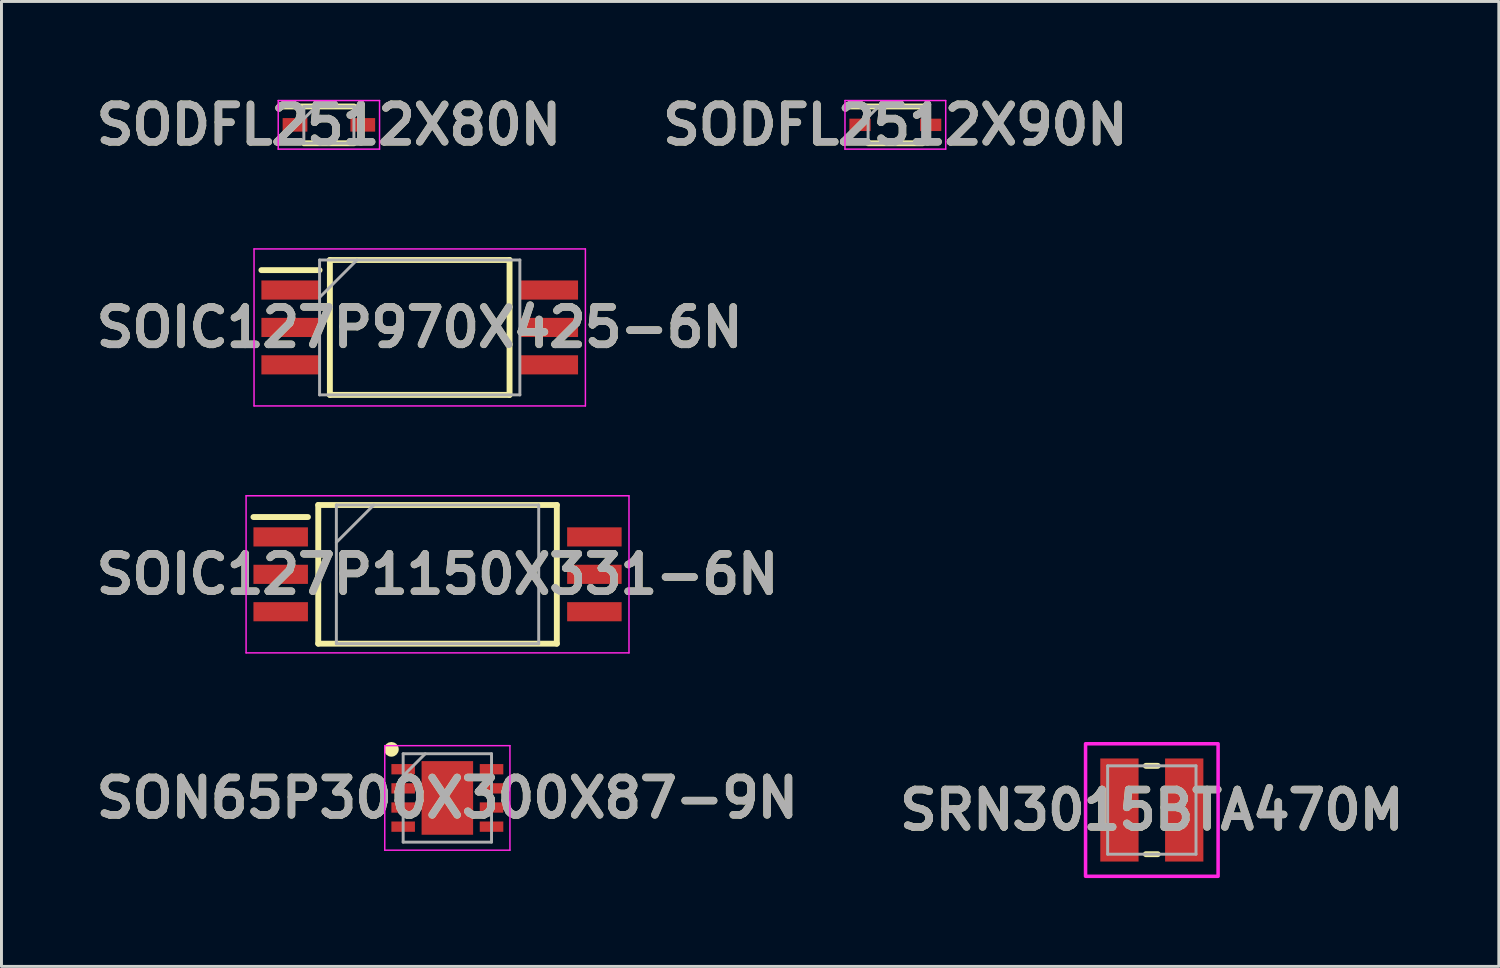
<source format=kicad_pcb>
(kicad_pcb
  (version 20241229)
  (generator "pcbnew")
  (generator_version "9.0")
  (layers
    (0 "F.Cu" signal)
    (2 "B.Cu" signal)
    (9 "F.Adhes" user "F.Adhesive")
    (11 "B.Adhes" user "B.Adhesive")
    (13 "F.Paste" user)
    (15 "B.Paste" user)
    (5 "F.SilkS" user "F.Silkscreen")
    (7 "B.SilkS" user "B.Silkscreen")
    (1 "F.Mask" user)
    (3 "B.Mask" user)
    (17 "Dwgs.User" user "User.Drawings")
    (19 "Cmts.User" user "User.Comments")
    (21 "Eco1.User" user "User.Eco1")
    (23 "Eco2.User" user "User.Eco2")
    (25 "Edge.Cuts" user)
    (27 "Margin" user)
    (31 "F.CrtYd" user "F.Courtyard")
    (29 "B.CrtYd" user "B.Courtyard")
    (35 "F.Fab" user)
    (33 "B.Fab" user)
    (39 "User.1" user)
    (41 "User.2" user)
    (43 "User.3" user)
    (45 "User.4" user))
  (footprint "SODFL2512X80N"
    (layer "F.Cu")
    (at 8.116 1.189)
    (property "Reference" "SODFL2512X80N" (at 0 0 0) (layer "F.SilkS") (effects (font (size 1.27 1.27) (thickness 0.254))))
    (attr smd)
    (fp_line (start -1.57 -0.625) (end 0.85 -0.625) (stroke (width 0.2) (type solid)) (layer "F.SilkS"))
    (fp_line (start -0.85 0.625) (end 0.85 0.625) (stroke (width 0.2) (type solid)) (layer "F.SilkS"))
    (fp_line (start -1.72 -0.825) (end 1.72 -0.825) (stroke (width 0.05) (type solid)) (layer "F.CrtYd"))
    (fp_line (start -1.72 0.825) (end -1.72 -0.825) (stroke (width 0.05) (type solid)) (layer "F.CrtYd"))
    (fp_line (start 1.72 -0.825) (end 1.72 0.825) (stroke (width 0.05) (type solid)) (layer "F.CrtYd"))
    (fp_line (start 1.72 0.825) (end -1.72 0.825) (stroke (width 0.05) (type solid)) (layer "F.CrtYd"))
    (fp_line (start -0.85 -0.625) (end 0.85 -0.625) (stroke (width 0.1) (type solid)) (layer "F.Fab"))
    (fp_line (start -0.85 -0.205) (end -0.43 -0.625) (stroke (width 0.1) (type solid)) (layer "F.Fab"))
    (fp_line (start -0.85 0.625) (end -0.85 -0.625) (stroke (width 0.1) (type solid)) (layer "F.Fab"))
    (fp_line (start 0.85 -0.625) (end 0.85 0.625) (stroke (width 0.1) (type solid)) (layer "F.Fab"))
    (fp_line (start 0.85 0.625) (end -0.85 0.625) (stroke (width 0.1) (type solid)) (layer "F.Fab"))
    (fp_text user "${REFERENCE}" (at 0 0 0) (layer "F.Fab") (effects (font (size 1.27 1.27) (thickness 0.254))))
    (pad "1" smd rect (at -1.15 0 90) (size 0.46 0.84) (layers "F.Cu" "F.Mask" "F.Paste"))
    (pad "2" smd rect (at 1.15 0 90) (size 0.46 0.84) (layers "F.Cu" "F.Mask" "F.Paste")))
  (footprint "SOIC127P1150X331-6N"
    (layer "F.Cu")
    (at 11.805 16.449)
    (property "Reference" "SOIC127P1150X331-6N" (at 0 0 0) (layer "F.SilkS") (effects (font (size 1.27 1.27) (thickness 0.254))))
    (attr smd)
    (fp_line (start -6.25 -1.945) (end -4.4 -1.945) (stroke (width 0.2) (type solid)) (layer "F.SilkS"))
    (fp_line (start -4.05 -2.354) (end 4.05 -2.354) (stroke (width 0.2) (type solid)) (layer "F.SilkS"))
    (fp_line (start -4.05 2.354) (end -4.05 -2.354) (stroke (width 0.2) (type solid)) (layer "F.SilkS"))
    (fp_line (start 4.05 -2.354) (end 4.05 2.354) (stroke (width 0.2) (type solid)) (layer "F.SilkS"))
    (fp_line (start 4.05 2.354) (end -4.05 2.354) (stroke (width 0.2) (type solid)) (layer "F.SilkS"))
    (fp_line (start -6.5 -2.667) (end 6.5 -2.667) (stroke (width 0.05) (type solid)) (layer "F.CrtYd"))
    (fp_line (start -6.5 2.667) (end -6.5 -2.667) (stroke (width 0.05) (type solid)) (layer "F.CrtYd"))
    (fp_line (start 6.5 -2.667) (end 6.5 2.667) (stroke (width 0.05) (type solid)) (layer "F.CrtYd"))
    (fp_line (start 6.5 2.667) (end -6.5 2.667) (stroke (width 0.05) (type solid)) (layer "F.CrtYd"))
    (fp_line (start -3.435 -2.354) (end 3.435 -2.354) (stroke (width 0.1) (type solid)) (layer "F.Fab"))
    (fp_line (start -3.435 -1.084) (end -2.165 -2.354) (stroke (width 0.1) (type solid)) (layer "F.Fab"))
    (fp_line (start -3.435 2.354) (end -3.435 -2.354) (stroke (width 0.1) (type solid)) (layer "F.Fab"))
    (fp_line (start 3.435 -2.354) (end 3.435 2.354) (stroke (width 0.1) (type solid)) (layer "F.Fab"))
    (fp_line (start 3.435 2.354) (end -3.435 2.354) (stroke (width 0.1) (type solid)) (layer "F.Fab"))
    (fp_text user "${REFERENCE}" (at 0 0 0) (layer "F.Fab") (effects (font (size 1.27 1.27) (thickness 0.254))))
    (pad "1" smd rect (at -5.325 -1.27 90) (size 0.65 1.85) (layers "F.Cu" "F.Mask" "F.Paste"))
    (pad "2" smd rect (at -5.325 0 90) (size 0.65 1.85) (layers "F.Cu" "F.Mask" "F.Paste"))
    (pad "3" smd rect (at -5.325 1.27 90) (size 0.65 1.85) (layers "F.Cu" "F.Mask" "F.Paste"))
    (pad "4" smd rect (at 5.325 1.27 90) (size 0.65 1.85) (layers "F.Cu" "F.Mask" "F.Paste"))
    (pad "5" smd rect (at 5.325 0 90) (size 0.65 1.85) (layers "F.Cu" "F.Mask" "F.Paste"))
    (pad "6" smd rect (at 5.325 -1.27 90) (size 0.65 1.85) (layers "F.Cu" "F.Mask" "F.Paste")))
  (footprint "SRN3015BTA470M"
    (layer "F.Cu")
    (at 36.056 24.451)
    (property "Reference" "SRN3015BTA470M" (at 0 0 0) (layer "F.SilkS") (effects (font (size 1.27 1.27) (thickness 0.254))))
    (attr smd)
    (fp_line (start -0.2 -1.5) (end 0.2 -1.5) (stroke (width 0.2) (type solid)) (layer "F.SilkS"))
    (fp_line (start -0.2 1.5) (end 0.2 1.5) (stroke (width 0.2) (type solid)) (layer "F.SilkS"))
    (fp_rect (start -2.25 -2.25) (end 2.25 2.25) (stroke (width 0.12) (type default)) (fill no) (layer "F.CrtYd"))
    (fp_line (start -1.5 -1.5) (end -1.5 1.5) (stroke (width 0.1) (type solid)) (layer "F.Fab"))
    (fp_line (start -1.5 1.5) (end 1.5 1.5) (stroke (width 0.1) (type solid)) (layer "F.Fab"))
    (fp_line (start 1.5 -1.5) (end -1.5 -1.5) (stroke (width 0.1) (type solid)) (layer "F.Fab"))
    (fp_line (start 1.5 1.5) (end 1.5 -1.5) (stroke (width 0.1) (type solid)) (layer "F.Fab"))
    (fp_text user "${REFERENCE}" (at 0 0 0) (layer "F.Fab") (effects (font (size 1.27 1.27) (thickness 0.254))))
    (pad "1" smd rect (at -1.1 0) (size 1.3 3.5) (layers "F.Cu" "F.Mask" "F.Paste"))
    (pad "2" smd rect (at 1.1 0) (size 1.3 3.5) (layers "F.Cu" "F.Mask" "F.Paste")))
  (footprint "SODFL2512X90N"
    (layer "F.Cu")
    (at 27.348 1.189)
    (property "Reference" "SODFL2512X90N" (at 0 0 0) (layer "F.SilkS") (effects (font (size 1.27 1.27) (thickness 0.254))))
    (attr smd)
    (fp_line (start -1.56 -0.625) (end 0.925 -0.625) (stroke (width 0.2) (type solid)) (layer "F.SilkS"))
    (fp_line (start -0.925 0.625) (end 0.925 0.625) (stroke (width 0.2) (type solid)) (layer "F.SilkS"))
    (fp_line (start -1.71 -0.825) (end 1.71 -0.825) (stroke (width 0.05) (type solid)) (layer "F.CrtYd"))
    (fp_line (start -1.71 0.825) (end -1.71 -0.825) (stroke (width 0.05) (type solid)) (layer "F.CrtYd"))
    (fp_line (start 1.71 -0.825) (end 1.71 0.825) (stroke (width 0.05) (type solid)) (layer "F.CrtYd"))
    (fp_line (start 1.71 0.825) (end -1.71 0.825) (stroke (width 0.05) (type solid)) (layer "F.CrtYd"))
    (fp_line (start -0.925 -0.625) (end 0.925 -0.625) (stroke (width 0.1) (type solid)) (layer "F.Fab"))
    (fp_line (start -0.925 -0.265) (end -0.565 -0.625) (stroke (width 0.1) (type solid)) (layer "F.Fab"))
    (fp_line (start -0.925 0.625) (end -0.925 -0.625) (stroke (width 0.1) (type solid)) (layer "F.Fab"))
    (fp_line (start 0.925 -0.625) (end 0.925 0.625) (stroke (width 0.1) (type solid)) (layer "F.Fab"))
    (fp_line (start 0.925 0.625) (end -0.925 0.625) (stroke (width 0.1) (type solid)) (layer "F.Fab"))
    (fp_text user "${REFERENCE}" (at 0 0 0) (layer "F.Fab") (effects (font (size 1.27 1.27) (thickness 0.254))))
    (pad "1" smd rect (at -1.2 0 90) (size 0.42 0.72) (layers "F.Cu" "F.Mask" "F.Paste"))
    (pad "2" smd rect (at 1.2 0 90) (size 0.42 0.72) (layers "F.Cu" "F.Mask" "F.Paste")))
  (footprint "SON65P300X300X87-9N"
    (layer "F.Cu")
    (at 12.138 24.041)
    (property "Reference" "SON65P300X300X87-9N" (at 0 0 0) (layer "F.SilkS") (effects (font (size 1.27 1.27) (thickness 0.254))))
    (attr smd)
    (fp_circle (center -1.9 -1.65) (end -1.9 -1.525) (stroke (width 0.25) (type solid)) (fill no) (layer "F.SilkS"))
    (fp_line (start -2.125 -1.775) (end 2.125 -1.775) (stroke (width 0.05) (type solid)) (layer "F.CrtYd"))
    (fp_line (start -2.125 1.775) (end -2.125 -1.775) (stroke (width 0.05) (type solid)) (layer "F.CrtYd"))
    (fp_line (start 2.125 -1.775) (end 2.125 1.775) (stroke (width 0.05) (type solid)) (layer "F.CrtYd"))
    (fp_line (start 2.125 1.775) (end -2.125 1.775) (stroke (width 0.05) (type solid)) (layer "F.CrtYd"))
    (fp_line (start -1.5 -1.5) (end 1.5 -1.5) (stroke (width 0.1) (type solid)) (layer "F.Fab"))
    (fp_line (start -1.5 -0.75) (end -0.75 -1.5) (stroke (width 0.1) (type solid)) (layer "F.Fab"))
    (fp_line (start -1.5 1.5) (end -1.5 -1.5) (stroke (width 0.1) (type solid)) (layer "F.Fab"))
    (fp_line (start 1.5 -1.5) (end 1.5 1.5) (stroke (width 0.1) (type solid)) (layer "F.Fab"))
    (fp_line (start 1.5 1.5) (end -1.5 1.5) (stroke (width 0.1) (type solid)) (layer "F.Fab"))
    (fp_text user "${REFERENCE}" (at 0 0 0) (layer "F.Fab") (effects (font (size 1.27 1.27) (thickness 0.254))))
    (pad "1" smd rect (at -1.5 -0.975 90) (size 0.35 0.8) (layers "F.Cu" "F.Mask" "F.Paste"))
    (pad "2" smd rect (at -1.5 -0.325 90) (size 0.35 0.8) (layers "F.Cu" "F.Mask" "F.Paste"))
    (pad "3" smd rect (at -1.5 0.325 90) (size 0.35 0.8) (layers "F.Cu" "F.Mask" "F.Paste"))
    (pad "4" smd rect (at -1.5 0.975 90) (size 0.35 0.8) (layers "F.Cu" "F.Mask" "F.Paste"))
    (pad "5" smd rect (at 1.5 0.975 90) (size 0.35 0.8) (layers "F.Cu" "F.Mask" "F.Paste"))
    (pad "6" smd rect (at 1.5 0.325 90) (size 0.35 0.8) (layers "F.Cu" "F.Mask" "F.Paste"))
    (pad "7" smd rect (at 1.5 -0.325 90) (size 0.35 0.8) (layers "F.Cu" "F.Mask" "F.Paste"))
    (pad "8" smd rect (at 1.5 -0.975 90) (size 0.35 0.8) (layers "F.Cu" "F.Mask" "F.Paste"))
    (pad "9" smd rect (at 0 0) (size 1.75 2.5) (layers "F.Cu" "F.Mask" "F.Paste")))
  (footprint "SOIC127P970X425-6N"
    (layer "F.Cu")
    (at 11.2 8.067)
    (property "Reference" "SOIC127P970X425-6N" (at 0 0 0) (layer "F.SilkS") (effects (font (size 1.27 1.27) (thickness 0.254))))
    (attr smd)
    (fp_line (start -5.375 -1.945) (end -3.4 -1.945) (stroke (width 0.2) (type solid)) (layer "F.SilkS"))
    (fp_line (start -3.05 -2.29) (end 3.05 -2.29) (stroke (width 0.2) (type solid)) (layer "F.SilkS"))
    (fp_line (start -3.05 2.29) (end -3.05 -2.29) (stroke (width 0.2) (type solid)) (layer "F.SilkS"))
    (fp_line (start 3.05 -2.29) (end 3.05 2.29) (stroke (width 0.2) (type solid)) (layer "F.SilkS"))
    (fp_line (start 3.05 2.29) (end -3.05 2.29) (stroke (width 0.2) (type solid)) (layer "F.SilkS"))
    (fp_line (start -5.625 -2.665) (end 5.625 -2.665) (stroke (width 0.05) (type solid)) (layer "F.CrtYd"))
    (fp_line (start -5.625 2.665) (end -5.625 -2.665) (stroke (width 0.05) (type solid)) (layer "F.CrtYd"))
    (fp_line (start 5.625 -2.665) (end 5.625 2.665) (stroke (width 0.05) (type solid)) (layer "F.CrtYd"))
    (fp_line (start 5.625 2.665) (end -5.625 2.665) (stroke (width 0.05) (type solid)) (layer "F.CrtYd"))
    (fp_line (start -3.4 -2.29) (end 3.4 -2.29) (stroke (width 0.1) (type solid)) (layer "F.Fab"))
    (fp_line (start -3.4 -1.02) (end -2.13 -2.29) (stroke (width 0.1) (type solid)) (layer "F.Fab"))
    (fp_line (start -3.4 2.29) (end -3.4 -2.29) (stroke (width 0.1) (type solid)) (layer "F.Fab"))
    (fp_line (start 3.4 -2.29) (end 3.4 2.29) (stroke (width 0.1) (type solid)) (layer "F.Fab"))
    (fp_line (start 3.4 2.29) (end -3.4 2.29) (stroke (width 0.1) (type solid)) (layer "F.Fab"))
    (fp_text user "${REFERENCE}" (at 0 0 0) (layer "F.Fab") (effects (font (size 1.27 1.27) (thickness 0.254))))
    (pad "1" smd rect (at -4.388 -1.27 90) (size 0.65 1.975) (layers "F.Cu" "F.Mask" "F.Paste"))
    (pad "2" smd rect (at -4.388 0 90) (size 0.65 1.975) (layers "F.Cu" "F.Mask" "F.Paste"))
    (pad "3" smd rect (at -4.388 1.27 90) (size 0.65 1.975) (layers "F.Cu" "F.Mask" "F.Paste"))
    (pad "4" smd rect (at 4.388 1.27 90) (size 0.65 1.975) (layers "F.Cu" "F.Mask" "F.Paste"))
    (pad "5" smd rect (at 4.388 0 90) (size 0.65 1.975) (layers "F.Cu" "F.Mask" "F.Paste"))
    (pad "6" smd rect (at 4.388 -1.27 90) (size 0.65 1.975) (layers "F.Cu" "F.Mask" "F.Paste")))
  (gr_rect
    (start -3 -3)
    (end 47.837 29.761)
    (stroke (width 0.1) (type default))
    (fill no)
    (layer "Edge.Cuts")))
</source>
